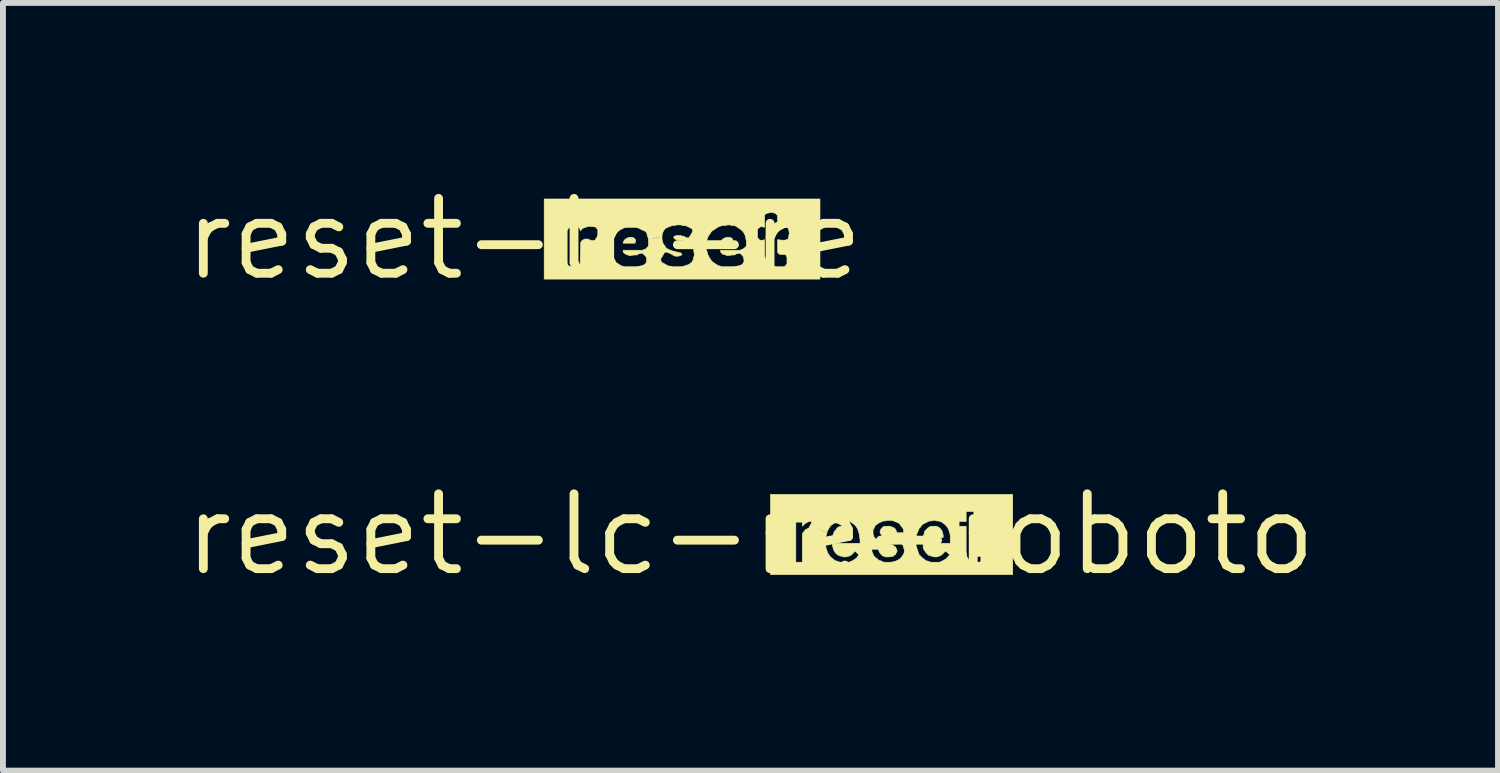
<source format=kicad_pcb>
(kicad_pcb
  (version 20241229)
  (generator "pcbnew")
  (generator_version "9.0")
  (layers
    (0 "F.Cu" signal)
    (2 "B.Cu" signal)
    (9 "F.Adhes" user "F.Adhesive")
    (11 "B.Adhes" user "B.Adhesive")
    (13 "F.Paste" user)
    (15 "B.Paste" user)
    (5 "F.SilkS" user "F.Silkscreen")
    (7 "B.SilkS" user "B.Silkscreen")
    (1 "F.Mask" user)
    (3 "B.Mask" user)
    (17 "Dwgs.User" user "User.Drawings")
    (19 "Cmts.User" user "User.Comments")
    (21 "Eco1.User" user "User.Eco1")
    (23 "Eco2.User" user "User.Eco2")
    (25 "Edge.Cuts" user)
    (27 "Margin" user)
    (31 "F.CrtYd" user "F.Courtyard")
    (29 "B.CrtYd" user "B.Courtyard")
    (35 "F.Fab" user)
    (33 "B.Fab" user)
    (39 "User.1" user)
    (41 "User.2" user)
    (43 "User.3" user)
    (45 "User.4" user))
  (footprint "reset-lc-re"
    (layer "F.Cu")
    (at 5.843 1.006)
    (property "Reference" "reset-lc-re" (at 0 0 0) (layer "F.SilkS") (effects (font (size 1.27 1.27) (thickness 0.15))))
    (attr board_only exclude_from_pos_files exclude_from_bom)
    (fp_poly (pts (xy 1.84 0.07) (xy 1.86 0.07) (xy 1.87 0.07) (xy 1.88 0.07) (xy 1.88 0.06) (xy 1.89 0.05) (xy 1.89 0.04) (xy 1.89 0.02) (xy 1.89 0.01) (xy 1.87 -0.01) (xy 1.86 -0.02) (xy 1.83 -0.03) (xy 1.8 -0.03) (xy 1.78 -0.03) (xy 1.76 -0.02) (xy 1.74 -0.01) (xy 1.72 0) (xy 1.7 0.02) (xy 1.69 0.04) (xy 1.68 0.06) (xy 1.68 0.07) (xy 1.84 0.07)) (stroke (width 0.01) (type solid)) (fill yes) (layer "F.SilkS"))
    (fp_poly (pts (xy 3.5 0.07) (xy 3.51 0.07) (xy 3.52 0.07) (xy 3.53 0.07) (xy 3.54 0.06) (xy 3.54 0.05) (xy 3.54 0.04) (xy 3.54 0.02) (xy 3.54 0.01) (xy 3.53 -0.01) (xy 3.51 -0.02) (xy 3.48 -0.03) (xy 3.45 -0.03) (xy 3.43 -0.03) (xy 3.41 -0.02) (xy 3.39 -0.01) (xy 3.37 0) (xy 3.35 0.02) (xy 3.34 0.04) (xy 3.33 0.06) (xy 3.33 0.07) (xy 3.49 0.07) (xy 3.5 0.07)) (stroke (width 0.01) (type solid)) (fill yes) (layer "F.SilkS"))
    (fp_poly (pts (xy 0.68 -0.68) (xy 0.34 -0.68) (xy 0.34 0.68) (xy 0.74 0.44) (xy 0.74 0.43) (xy 0.73 0.41) (xy 0.73 0.39) (xy 0.73 -0.14) (xy 0.74 -0.16) (xy 0.75 -0.18) (xy 0.76 -0.19) (xy 0.77 -0.2) (xy 0.78 -0.2) (xy 0.8 -0.21) (xy 0.86 -0.21) (xy 0.88 -0.21) (xy 0.9 -0.2) (xy 0.93 -0.2) (xy 0.94 -0.18) (xy 0.95 -0.16) (xy 0.96 -0.14) (xy 0.97 -0.16) (xy 0.99 -0.18) (xy 1.04 -0.2) (xy 1.08 -0.21) (xy 1.1 -0.22) (xy 1.14 -0.21) (xy 1.18 -0.21) (xy 1.22 -0.2) (xy 1.24 -0.17) (xy 1.25 -0.16) (xy 1.25 -0.14) (xy 1.25 -0.11) (xy 1.25 -0.08) (xy 1.46 -0.01) (xy 1.47 -0.04) (xy 1.49 -0.07) (xy 1.51 -0.1) (xy 1.53 -0.13) (xy 1.56 -0.15) (xy 1.58 -0.17) (xy 1.62 -0.19) (xy 1.65 -0.21) (xy 1.68 -0.22) (xy 1.72 -0.23) (xy 1.76 -0.23) (xy 1.8 -0.24) (xy 1.83 -0.24) (xy 1.87 -0.23) (xy 1.91 -0.23) (xy 1.94 -0.22) (xy 1.97 -0.2) (xy 2 -0.18) (xy 2.02 -0.16) (xy 2.05 -0.14) (xy 2.07 -0.12) (xy 2.08 -0.1) (xy 2.09 -0.06) (xy 2.1 -0.03) (xy 2.11 -0.01) (xy 2.34 -0.03) (xy 2.34 -0.07) (xy 2.35 -0.1) (xy 2.36 -0.13) (xy 2.38 -0.16) (xy 2.4 -0.18) (xy 2.41 -0.19) (xy 2.44 -0.2) (xy 2.46 -0.21) (xy 2.49 -0.22) (xy 2.52 -0.23) (xy 2.55 -0.23) (xy 2.59 -0.24) (xy 2.66 -0.24) (xy 2.69 -0.23) (xy 2.72 -0.23) (xy 2.76 -0.22) (xy 2.8 -0.2) (xy 2.82 -0.19) (xy 2.84 -0.18) (xy 2.85 -0.17) (xy 2.86 -0.15) (xy 2.86 -0.13) (xy 2.85 -0.11) (xy 2.84 -0.09) (xy 2.82 -0.06) (xy 2.81 -0.04) (xy 2.79 -0.02) (xy 2.78 -0.02) (xy 2.76 -0.02) (xy 2.74 -0.03) (xy 2.7 -0.05) (xy 2.68 -0.05) (xy 2.65 -0.06) (xy 2.62 -0.06) (xy 2.59 -0.06) (xy 2.56 -0.05) (xy 2.55 -0.05) (xy 2.55 -0.04) (xy 2.54 -0.04) (xy 2.54 -0.03) (xy 2.54 -0.02) (xy 2.55 -0.01) (xy 2.56 0) (xy 2.58 0.01) (xy 2.61 0.02) (xy 2.67 0.02) (xy 2.7 0.03) (xy 2.74 0.04) (xy 2.78 0.06) (xy 2.8 0.07) (xy 2.82 0.08) (xy 2.84 0.1) (xy 2.85 0.11) (xy 2.87 0.14) (xy 2.88 0.18) (xy 2.88 0.22) (xy 3.09 0.17) (xy 3.09 0.13) (xy 3.09 0.09) (xy 3.09 0.06) (xy 3.1 0.02) (xy 3.11 -0.01) (xy 3.12 -0.04) (xy 3.14 -0.07) (xy 3.16 -0.1) (xy 3.18 -0.13) (xy 3.21 -0.15) (xy 3.24 -0.17) (xy 3.27 -0.19) (xy 3.3 -0.21) (xy 3.33 -0.22) (xy 3.37 -0.23) (xy 3.41 -0.23) (xy 3.45 -0.24) (xy 3.49 -0.24) (xy 3.52 -0.23) (xy 3.56 -0.23) (xy 3.59 -0.22) (xy 3.62 -0.2) (xy 3.65 -0.18) (xy 3.68 -0.16) (xy 3.7 -0.14) (xy 3.72 -0.12) (xy 3.73 -0.1) (xy 3.75 -0.06) (xy 3.76 -0.03) (xy 3.76 -0.01) (xy 3.96 -0.05) (xy 3.96 -0.09) (xy 3.96 -0.14) (xy 3.96 -0.16) (xy 3.97 -0.18) (xy 4 -0.2) (xy 4.02 -0.21) (xy 4.03 -0.21) (xy 4.08 -0.2) (xy 4.08 -0.38) (xy 4.08 -0.4) (xy 4.09 -0.42) (xy 4.1 -0.43) (xy 4.11 -0.43) (xy 4.12 -0.44) (xy 4.14 -0.44) (xy 4.17 -0.45) (xy 4.2 -0.45) (xy 4.22 -0.45) (xy 4.24 -0.44) (xy 4.26 -0.44) (xy 4.27 -0.43) (xy 4.28 -0.42) (xy 4.29 -0.41) (xy 4.3 -0.4) (xy 4.3 -0.38) (xy 4.3 -0.34) (xy 4.3 -0.2) (xy 4.37 -0.21) (xy 4.42 -0.21) (xy 4.46 -0.2) (xy 4.47 -0.19) (xy 4.48 -0.18) (xy 4.49 -0.16) (xy 4.49 -0.15) (xy 4.5 -0.1) (xy 4.49 -0.05) (xy 4.49 -0.03) (xy 4.48 -0.02) (xy 4.48 0) (xy 4.46 0.01) (xy 4.42 0.02) (xy 4.38 0.02) (xy 4.3 0.01) (xy 4.3 0.2) (xy 4.3 0.22) (xy 4.31 0.24) (xy 4.32 0.25) (xy 4.34 0.26) (xy 4.38 0.26) (xy 4.41 0.26) (xy 4.44 0.27) (xy 4.45 0.28) (xy 4.45 0.29) (xy 4.46 0.31) (xy 4.46 0.35) (xy 4.46 0.4) (xy 4.46 0.42) (xy 4.45 0.43) (xy 4.44 0.45) (xy 4.43 0.46) (xy 4.4 0.47) (xy 4.37 0.47) (xy 4.33 0.47) (xy 4.28 0.47) (xy 4.24 0.46) (xy 4.2 0.45) (xy 4.18 0.44) (xy 4.16 0.43) (xy 4.15 0.42) (xy 4.13 0.4) (xy 4.12 0.38) (xy 4.11 0.37) (xy 4.1 0.35) (xy 4.09 0.32) (xy 4.08 0.28) (xy 4.08 0.23) (xy 4.08 0.01) (xy 4.05 0.02) (xy 4.02 0.02) (xy 4 0.02) (xy 3.99 0.01) (xy 3.98 0) (xy 3.97 -0.01) (xy 3.96 -0.03) (xy 3.96 -0.05) (xy 3.76 -0.01) (xy 3.77 0.02) (xy 3.77 0.12) (xy 3.73 0.16) (xy 3.71 0.17) (xy 3.69 0.18) (xy 3.66 0.19) (xy 3.64 0.19) (xy 3.33 0.19) (xy 3.33 0.2) (xy 3.34 0.22) (xy 3.34 0.23) (xy 3.35 0.24) (xy 3.36 0.25) (xy 3.38 0.26) (xy 3.42 0.27) (xy 3.44 0.28) (xy 3.46 0.28) (xy 3.53 0.27) (xy 3.57 0.27) (xy 3.6 0.25) (xy 3.62 0.25) (xy 3.64 0.24) (xy 3.65 0.24) (xy 3.67 0.25) (xy 3.69 0.26) (xy 3.7 0.28) (xy 3.72 0.3) (xy 3.73 0.35) (xy 3.73 0.36) (xy 3.73 0.38) (xy 3.73 0.39) (xy 3.72 0.4) (xy 3.71 0.42) (xy 3.7 0.43) (xy 3.68 0.44) (xy 3.66 0.45) (xy 3.61 0.46) (xy 3.55 0.47) (xy 3.48 0.47) (xy 3.44 0.47) (xy 3.4 0.47) (xy 3.36 0.47) (xy 3.33 0.46) (xy 3.29 0.45) (xy 3.26 0.43) (xy 3.23 0.41) (xy 3.2 0.39) (xy 3.18 0.37) (xy 3.16 0.34) (xy 3.14 0.31) (xy 3.12 0.27) (xy 3.11 0.24) (xy 3.1 0.2) (xy 3.09 0.17) (xy 2.88 0.22) (xy 2.89 0.26) (xy 2.88 0.3) (xy 2.87 0.34) (xy 2.86 0.37) (xy 2.84 0.4) (xy 2.82 0.41) (xy 2.8 0.43) (xy 2.77 0.44) (xy 2.74 0.45) (xy 2.71 0.46) (xy 2.67 0.47) (xy 2.63 0.47) (xy 2.59 0.47) (xy 2.56 0.47) (xy 2.53 0.47) (xy 2.49 0.46) (xy 2.46 0.46) (xy 2.43 0.45) (xy 2.4 0.43) (xy 2.34 0.4) (xy 2.33 0.39) (xy 2.32 0.37) (xy 2.32 0.35) (xy 2.32 0.33) (xy 2.34 0.3) (xy 2.37 0.25) (xy 2.38 0.23) (xy 2.39 0.23) (xy 2.4 0.22) (xy 2.41 0.22) (xy 2.44 0.23) (xy 2.47 0.24) (xy 2.54 0.28) (xy 2.56 0.29) (xy 2.58 0.29) (xy 2.62 0.29) (xy 2.65 0.28) (xy 2.66 0.28) (xy 2.67 0.27) (xy 2.68 0.26) (xy 2.67 0.25) (xy 2.66 0.24) (xy 2.65 0.23) (xy 2.63 0.23) (xy 2.59 0.22) (xy 2.55 0.21) (xy 2.51 0.2) (xy 2.46 0.18) (xy 2.42 0.16) (xy 2.4 0.14) (xy 2.39 0.12) (xy 2.36 0.08) (xy 2.35 0.05) (xy 2.34 0.01) (xy 2.34 -0.02) (xy 2.11 -0.01) (xy 2.11 0.02) (xy 2.11 0.12) (xy 2.07 0.16) (xy 2.06 0.17) (xy 2.03 0.18) (xy 2.01 0.19) (xy 1.99 0.19) (xy 1.68 0.19) (xy 1.68 0.2) (xy 1.68 0.22) (xy 1.69 0.23) (xy 1.7 0.24) (xy 1.73 0.26) (xy 1.76 0.27) (xy 1.78 0.28) (xy 1.8 0.28) (xy 1.87 0.27) (xy 1.92 0.27) (xy 1.94 0.25) (xy 1.97 0.25) (xy 1.98 0.24) (xy 2 0.24) (xy 2.02 0.25) (xy 2.03 0.26) (xy 2.05 0.28) (xy 2.07 0.3) (xy 2.08 0.35) (xy 2.08 0.36) (xy 2.08 0.38) (xy 2.07 0.39) (xy 2.07 0.4) (xy 2.06 0.42) (xy 2.04 0.43) (xy 2.03 0.44) (xy 2.01 0.45) (xy 1.96 0.46) (xy 1.9 0.47) (xy 1.83 0.47) (xy 1.79 0.47) (xy 1.75 0.47) (xy 1.71 0.47) (xy 1.67 0.46) (xy 1.64 0.45) (xy 1.61 0.43) (xy 1.58 0.41) (xy 1.55 0.4) (xy 1.53 0.37) (xy 1.51 0.34) (xy 1.49 0.31) (xy 1.47 0.27) (xy 1.45 0.24) (xy 1.44 0.2) (xy 1.44 0.17) (xy 1.44 0.13) (xy 1.44 0.09) (xy 1.44 0.06) (xy 1.45 0.02) (xy 1.46 -0.01) (xy 1.25 -0.08) (xy 1.24 -0.04) (xy 1.22 -0.01) (xy 1.21 0.01) (xy 1.2 0.02) (xy 1.18 0.02) (xy 1.17 0.03) (xy 1.16 0.03) (xy 1.13 0.02) (xy 1.1 0.01) (xy 1.08 0) (xy 1.06 0) (xy 1.03 0) (xy 1.01 0.01) (xy 0.99 0.02) (xy 0.97 0.04) (xy 0.96 0.06) (xy 0.96 0.07) (xy 0.96 0.09) (xy 0.95 0.41) (xy 0.95 0.42) (xy 0.94 0.44) (xy 0.93 0.46) (xy 0.91 0.46) (xy 0.89 0.47) (xy 0.86 0.47) (xy 0.83 0.47) (xy 0.8 0.47) (xy 0.77 0.46) (xy 0.75 0.45) (xy 0.74 0.44) (xy 0.34 0.68) (xy 5.02 0.68) (xy 5.02 -0.68) (xy 0.68 -0.68)) (stroke (width 0.01) (type solid)) (fill yes) (layer "F.SilkS")))
  (footprint "reset-lc-re-roboto"
    (layer "F.Cu")
    (at 9.683 6.019)
    (property "Reference" "reset-lc-re-roboto" (at 0 0 0) (layer "F.SilkS") (effects (font (size 1.27 1.27) (thickness 0.15))))
    (attr board_only exclude_from_pos_files exclude_from_bom)
    (fp_poly (pts (xy 1.57 -0.14) (xy 1.54 -0.14) (xy 1.5 -0.13) (xy 1.47 -0.11) (xy 1.45 -0.08) (xy 1.43 -0.06) (xy 1.41 -0.02) (xy 1.4 0.01) (xy 1.4 0.05) (xy 1.73 0.05) (xy 1.73 0.01) (xy 1.72 -0.03) (xy 1.71 -0.06) (xy 1.69 -0.09) (xy 1.67 -0.11) (xy 1.64 -0.13) (xy 1.61 -0.14) (xy 1.57 -0.14)) (stroke (width 0.01) (type solid)) (fill yes) (layer "F.SilkS"))
    (fp_poly (pts (xy 3.11 -0.14) (xy 3.07 -0.14) (xy 3.04 -0.13) (xy 3.01 -0.11) (xy 2.98 -0.08) (xy 2.96 -0.06) (xy 2.95 -0.03) (xy 2.94 0.01) (xy 2.93 0.05) (xy 3.27 0.05) (xy 3.27 0.01) (xy 3.26 -0.03) (xy 3.25 -0.06) (xy 3.23 -0.09) (xy 3.21 -0.11) (xy 3.18 -0.13) (xy 3.15 -0.14) (xy 3.11 -0.14)) (stroke (width 0.01) (type solid)) (fill yes) (layer "F.SilkS"))
    (fp_poly (pts (xy 0.68 -0.68) (xy 0.34 -0.68) (xy 0.34 0.68) (xy 0.77 0.47) (xy 0.77 -0.21) (xy 0.88 -0.21) (xy 0.88 -0.14) (xy 0.9 -0.16) (xy 0.92 -0.18) (xy 0.95 -0.2) (xy 0.97 -0.21) (xy 1 -0.22) (xy 1.03 -0.22) (xy 1.07 -0.22) (xy 1.09 -0.22) (xy 1.1 -0.22) (xy 1.1 -0.11) (xy 1.3 -0.04) (xy 1.31 -0.07) (xy 1.33 -0.1) (xy 1.34 -0.12) (xy 1.36 -0.15) (xy 1.39 -0.17) (xy 1.41 -0.19) (xy 1.44 -0.2) (xy 1.47 -0.22) (xy 1.5 -0.23) (xy 1.53 -0.23) (xy 1.56 -0.24) (xy 1.59 -0.24) (xy 1.63 -0.23) (xy 1.65 -0.23) (xy 1.68 -0.22) (xy 1.71 -0.21) (xy 1.73 -0.19) (xy 1.75 -0.18) (xy 1.77 -0.16) (xy 1.79 -0.14) (xy 1.81 -0.11) (xy 1.82 -0.09) (xy 1.83 -0.06) (xy 1.84 -0.03) (xy 1.85 0.01) (xy 1.85 0.04) (xy 1.86 0.08) (xy 1.86 0.15) (xy 1.39 0.15) (xy 1.39 0.19) (xy 1.4 0.22) (xy 1.41 0.25) (xy 1.42 0.28) (xy 1.44 0.31) (xy 1.46 0.33) (xy 1.49 0.35) (xy 1.51 0.36) (xy 1.55 0.37) (xy 1.58 0.38) (xy 1.62 0.38) (xy 1.66 0.37) (xy 1.69 0.36) (xy 1.72 0.34) (xy 1.75 0.31) (xy 1.77 0.28) (xy 1.84 0.34) (xy 2.06 0.28) (xy 2.06 0.25) (xy 2.17 0.25) (xy 2.18 0.28) (xy 2.19 0.3) (xy 2.2 0.32) (xy 2.22 0.34) (xy 2.24 0.36) (xy 2.27 0.37) (xy 2.29 0.38) (xy 2.32 0.38) (xy 2.36 0.38) (xy 2.39 0.37) (xy 2.42 0.37) (xy 2.44 0.35) (xy 2.46 0.34) (xy 2.47 0.32) (xy 2.48 0.3) (xy 2.49 0.28) (xy 2.48 0.25) (xy 2.47 0.23) (xy 2.46 0.21) (xy 2.44 0.2) (xy 2.42 0.18) (xy 2.39 0.17) (xy 2.27 0.15) (xy 2.23 0.14) (xy 2.2 0.12) (xy 2.17 0.11) (xy 2.15 0.09) (xy 2.12 0.07) (xy 2.1 0.05) (xy 2.09 0.02) (xy 2.08 -0.01) (xy 2.08 -0.05) (xy 2.08 -0.08) (xy 2.1 -0.11) (xy 2.11 -0.14) (xy 2.14 -0.17) (xy 2.17 -0.19) (xy 2.19 -0.2) (xy 2.21 -0.21) (xy 2.23 -0.22) (xy 2.26 -0.23) (xy 2.29 -0.23) (xy 2.32 -0.24) (xy 2.38 -0.24) (xy 2.43 -0.23) (xy 2.45 -0.22) (xy 2.48 -0.21) (xy 2.5 -0.2) (xy 2.52 -0.19) (xy 2.54 -0.17) (xy 2.55 -0.15) (xy 2.57 -0.13) (xy 2.59 -0.1) (xy 2.6 -0.06) (xy 2.6 -0.03) (xy 2.48 -0.03) (xy 2.48 -0.05) (xy 2.47 -0.07) (xy 2.46 -0.09) (xy 2.44 -0.11) (xy 2.42 -0.12) (xy 2.39 -0.13) (xy 2.37 -0.14) (xy 2.34 -0.14) (xy 2.31 -0.14) (xy 2.28 -0.14) (xy 2.25 -0.13) (xy 2.23 -0.11) (xy 2.22 -0.1) (xy 2.21 -0.08) (xy 2.2 -0.06) (xy 2.2 -0.03) (xy 2.21 -0.01) (xy 2.22 0) (xy 2.23 0.02) (xy 2.25 0.03) (xy 2.3 0.05) (xy 2.4 0.07) (xy 2.46 0.09) (xy 2.51 0.11) (xy 2.54 0.14) (xy 2.56 0.15) (xy 2.58 0.17) (xy 2.59 0.19) (xy 2.6 0.21) (xy 2.6 0.23) (xy 2.61 0.25) (xy 2.82 0.22) (xy 2.81 0.19) (xy 2.81 0.15) (xy 2.81 0.1) (xy 2.81 0.07) (xy 2.82 0.03) (xy 2.82 0) (xy 2.83 -0.03) (xy 2.85 -0.07) (xy 2.86 -0.1) (xy 2.88 -0.12) (xy 2.9 -0.15) (xy 2.92 -0.17) (xy 2.95 -0.19) (xy 2.98 -0.2) (xy 3.01 -0.22) (xy 3.04 -0.23) (xy 3.07 -0.23) (xy 3.1 -0.24) (xy 3.13 -0.24) (xy 3.16 -0.23) (xy 3.19 -0.23) (xy 3.22 -0.22) (xy 3.25 -0.21) (xy 3.27 -0.19) (xy 3.29 -0.18) (xy 3.31 -0.16) (xy 3.33 -0.14) (xy 3.35 -0.11) (xy 3.36 -0.09) (xy 3.37 -0.06) (xy 3.54 -0.14) (xy 3.54 -0.22) (xy 3.66 -0.22) (xy 3.66 -0.39) (xy 3.79 -0.39) (xy 3.79 -0.22) (xy 3.91 -0.22) (xy 3.91 -0.14) (xy 3.79 -0.14) (xy 3.79 0.29) (xy 3.79 0.33) (xy 3.8 0.34) (xy 3.8 0.35) (xy 3.81 0.36) (xy 3.83 0.37) (xy 3.84 0.37) (xy 3.86 0.37) (xy 3.91 0.37) (xy 3.91 0.46) (xy 3.88 0.47) (xy 3.84 0.47) (xy 3.81 0.47) (xy 3.78 0.47) (xy 3.76 0.46) (xy 3.73 0.45) (xy 3.71 0.44) (xy 3.7 0.42) (xy 3.68 0.39) (xy 3.67 0.37) (xy 3.67 0.34) (xy 3.66 0.3) (xy 3.66 -0.14) (xy 3.54 -0.14) (xy 3.37 -0.06) (xy 3.38 -0.03) (xy 3.39 0.01) (xy 3.39 0.04) (xy 3.39 0.08) (xy 3.39 0.15) (xy 2.93 0.15) (xy 2.93 0.19) (xy 2.93 0.22) (xy 2.94 0.25) (xy 2.96 0.28) (xy 2.98 0.31) (xy 3 0.33) (xy 3.02 0.35) (xy 3.05 0.36) (xy 3.08 0.37) (xy 3.12 0.38) (xy 3.16 0.38) (xy 3.19 0.37) (xy 3.22 0.36) (xy 3.25 0.34) (xy 3.28 0.31) (xy 3.31 0.28) (xy 3.38 0.34) (xy 3.36 0.37) (xy 3.33 0.4) (xy 3.31 0.42) (xy 3.27 0.44) (xy 3.24 0.46) (xy 3.2 0.47) (xy 3.17 0.47) (xy 3.12 0.47) (xy 3.09 0.47) (xy 3.06 0.47) (xy 3.03 0.46) (xy 3 0.45) (xy 2.97 0.44) (xy 2.95 0.42) (xy 2.92 0.4) (xy 2.9 0.38) (xy 2.88 0.36) (xy 2.86 0.34) (xy 2.85 0.31) (xy 2.84 0.28) (xy 2.83 0.25) (xy 2.82 0.22) (xy 2.61 0.25) (xy 2.61 0.27) (xy 2.61 0.3) (xy 2.6 0.33) (xy 2.58 0.36) (xy 2.56 0.39) (xy 2.54 0.41) (xy 2.51 0.43) (xy 2.47 0.45) (xy 2.43 0.46) (xy 2.39 0.47) (xy 2.34 0.47) (xy 2.3 0.47) (xy 2.26 0.47) (xy 2.22 0.45) (xy 2.18 0.44) (xy 2.15 0.41) (xy 2.12 0.39) (xy 2.09 0.36) (xy 2.08 0.33) (xy 2.07 0.31) (xy 2.06 0.28) (xy 1.84 0.34) (xy 1.82 0.37) (xy 1.8 0.4) (xy 1.77 0.42) (xy 1.74 0.44) (xy 1.7 0.46) (xy 1.67 0.47) (xy 1.63 0.47) (xy 1.59 0.47) (xy 1.58 0.47) (xy 1.55 0.47) (xy 1.52 0.47) (xy 1.49 0.46) (xy 1.46 0.45) (xy 1.43 0.44) (xy 1.41 0.42) (xy 1.38 0.4) (xy 1.36 0.38) (xy 1.34 0.36) (xy 1.33 0.34) (xy 1.31 0.31) (xy 1.3 0.28) (xy 1.29 0.25) (xy 1.28 0.22) (xy 1.28 0.19) (xy 1.27 0.15) (xy 1.27 0.1) (xy 1.28 0.07) (xy 1.28 0.03) (xy 1.29 0) (xy 1.3 -0.03) (xy 1.1 -0.11) (xy 1.07 -0.11) (xy 1.03 -0.11) (xy 1 -0.11) (xy 0.97 -0.1) (xy 0.95 -0.09) (xy 0.92 -0.07) (xy 0.91 -0.05) (xy 0.89 -0.03) (xy 0.88 -0.01) (xy 0.88 0.47) (xy 0.77 0.47) (xy 0.34 0.68) (xy 4.45 0.68) (xy 4.45 -0.68) (xy 0.68 -0.68)) (stroke (width 0.01) (type solid)) (fill yes) (layer "F.SilkS")))
  (gr_rect
    (start -3 -3)
    (end 22.367 10.025)
    (stroke (width 0.1) (type default))
    (fill no)
    (layer "Edge.Cuts")))
</source>
